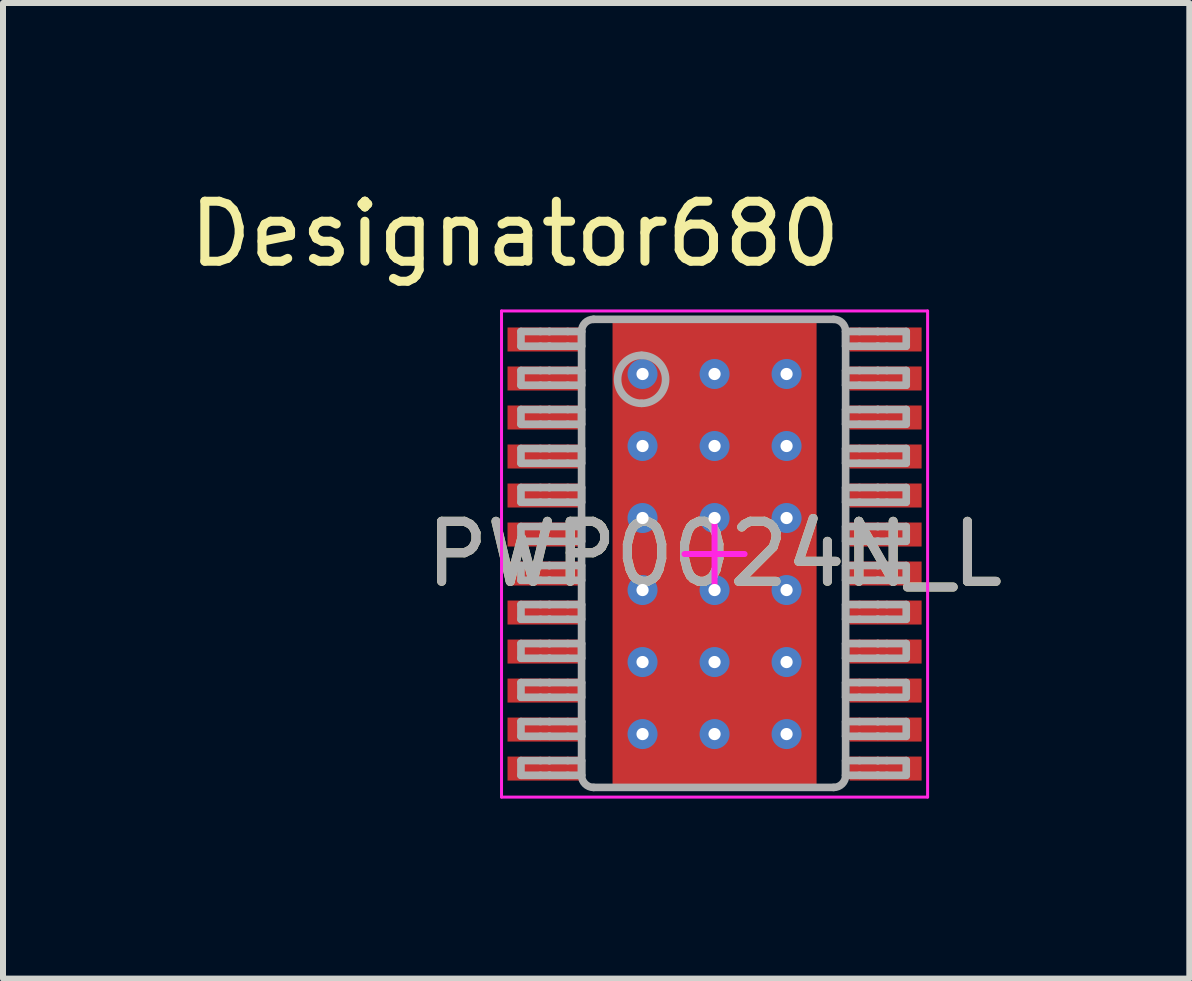
<source format=kicad_pcb>
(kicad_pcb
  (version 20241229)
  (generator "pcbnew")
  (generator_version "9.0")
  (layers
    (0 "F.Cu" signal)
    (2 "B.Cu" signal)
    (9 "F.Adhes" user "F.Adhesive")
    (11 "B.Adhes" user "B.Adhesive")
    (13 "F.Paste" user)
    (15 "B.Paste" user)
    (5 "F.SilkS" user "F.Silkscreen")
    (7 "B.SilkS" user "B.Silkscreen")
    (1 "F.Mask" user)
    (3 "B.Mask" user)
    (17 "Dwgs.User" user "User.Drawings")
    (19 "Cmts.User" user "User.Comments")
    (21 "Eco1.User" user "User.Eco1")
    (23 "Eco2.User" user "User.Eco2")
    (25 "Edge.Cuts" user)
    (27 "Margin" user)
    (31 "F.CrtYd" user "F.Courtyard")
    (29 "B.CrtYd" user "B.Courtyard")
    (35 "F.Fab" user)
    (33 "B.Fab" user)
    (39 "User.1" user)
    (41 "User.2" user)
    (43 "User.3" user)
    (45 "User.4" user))
  (footprint "PWP0024N_L"
    (layer "F.Cu")
    (at 8.857 6.182)
    (property "Reference" "PWP0024N_L" (at 0 0 0) (unlocked yes) (layer "F.SilkS") (effects (font (size 1 1) (thickness 0.15))))
    (attr smd)
    (fp_poly (pts (xy -1.48 1.96) (xy -1.48 -1.96) (xy -1.43 -2.01) (xy 1.43 -2.01) (xy 1.48 -1.96) (xy 1.48 1.96) (xy 1.43 2.01) (xy -1.43 2.01)) (stroke (width 0) (type solid)) (fill yes) (layer "F.Mask"))
    (fp_poly (pts (xy -1.48 1.96) (xy -1.48 -1.96) (xy -1.43 -2.01) (xy 1.43 -2.01) (xy 1.48 -1.96) (xy 1.48 1.96) (xy 1.43 2.01) (xy -1.43 2.01)) (stroke (width 0) (type solid)) (fill yes) (layer "F.Paste"))
    (fp_line (start -3.55 -4.05) (end 3.55 -4.05) (stroke (width 0.05) (type solid)) (layer "F.CrtYd"))
    (fp_line (start -3.55 4.05) (end -3.55 -4.05) (stroke (width 0.05) (type solid)) (layer "F.CrtYd"))
    (fp_line (start -3.55 4.05) (end 3.55 4.05) (stroke (width 0.05) (type solid)) (layer "F.CrtYd"))
    (fp_line (start -0.5 0) (end 0.5 0) (stroke (width 0.1) (type solid)) (layer "F.CrtYd"))
    (fp_line (start 0 0.5) (end 0 -0.5) (stroke (width 0.1) (type solid)) (layer "F.CrtYd"))
    (fp_line (start 3.55 4.05) (end 3.55 -4.05) (stroke (width 0.05) (type solid)) (layer "F.CrtYd"))
    (fp_line (start -3.226 -3.708) (end -2.902 -3.708) (stroke (width 0.127) (type solid)) (layer "F.Fab"))
    (fp_line (start -3.226 -3.463) (end -3.226 -3.708) (stroke (width 0.127) (type solid)) (layer "F.Fab"))
    (fp_line (start -3.226 -3.463) (end -2.902 -3.463) (stroke (width 0.127) (type solid)) (layer "F.Fab"))
    (fp_line (start -3.226 -3.058) (end -2.902 -3.058) (stroke (width 0.127) (type solid)) (layer "F.Fab"))
    (fp_line (start -3.226 -2.813) (end -3.226 -3.058) (stroke (width 0.127) (type solid)) (layer "F.Fab"))
    (fp_line (start -3.226 -2.813) (end -2.902 -2.813) (stroke (width 0.127) (type solid)) (layer "F.Fab"))
    (fp_line (start -3.226 -2.408) (end -2.902 -2.408) (stroke (width 0.127) (type solid)) (layer "F.Fab"))
    (fp_line (start -3.226 -2.163) (end -3.226 -2.408) (stroke (width 0.127) (type solid)) (layer "F.Fab"))
    (fp_line (start -3.226 -2.163) (end -2.902 -2.163) (stroke (width 0.127) (type solid)) (layer "F.Fab"))
    (fp_line (start -3.226 -1.758) (end -2.902 -1.758) (stroke (width 0.127) (type solid)) (layer "F.Fab"))
    (fp_line (start -3.226 -1.513) (end -3.226 -1.758) (stroke (width 0.127) (type solid)) (layer "F.Fab"))
    (fp_line (start -3.226 -1.513) (end -2.902 -1.513) (stroke (width 0.127) (type solid)) (layer "F.Fab"))
    (fp_line (start -3.226 -1.108) (end -2.902 -1.108) (stroke (width 0.127) (type solid)) (layer "F.Fab"))
    (fp_line (start -3.226 -0.863) (end -3.226 -1.108) (stroke (width 0.127) (type solid)) (layer "F.Fab"))
    (fp_line (start -3.226 -0.863) (end -2.902 -0.863) (stroke (width 0.127) (type solid)) (layer "F.Fab"))
    (fp_line (start -3.226 -0.458) (end -2.902 -0.458) (stroke (width 0.127) (type solid)) (layer "F.Fab"))
    (fp_line (start -3.226 -0.213) (end -3.226 -0.458) (stroke (width 0.127) (type solid)) (layer "F.Fab"))
    (fp_line (start -3.226 -0.213) (end -2.902 -0.213) (stroke (width 0.127) (type solid)) (layer "F.Fab"))
    (fp_line (start -3.226 0.192) (end -2.902 0.192) (stroke (width 0.127) (type solid)) (layer "F.Fab"))
    (fp_line (start -3.226 0.437) (end -3.226 0.192) (stroke (width 0.127) (type solid)) (layer "F.Fab"))
    (fp_line (start -3.226 0.437) (end -2.902 0.437) (stroke (width 0.127) (type solid)) (layer "F.Fab"))
    (fp_line (start -3.226 0.842) (end -2.902 0.842) (stroke (width 0.127) (type solid)) (layer "F.Fab"))
    (fp_line (start -3.226 1.087) (end -3.226 0.842) (stroke (width 0.127) (type solid)) (layer "F.Fab"))
    (fp_line (start -3.226 1.087) (end -2.902 1.087) (stroke (width 0.127) (type solid)) (layer "F.Fab"))
    (fp_line (start -3.226 1.492) (end -2.902 1.492) (stroke (width 0.127) (type solid)) (layer "F.Fab"))
    (fp_line (start -3.226 1.737) (end -3.226 1.492) (stroke (width 0.127) (type solid)) (layer "F.Fab"))
    (fp_line (start -3.226 1.737) (end -2.902 1.737) (stroke (width 0.127) (type solid)) (layer "F.Fab"))
    (fp_line (start -3.226 2.142) (end -2.902 2.142) (stroke (width 0.127) (type solid)) (layer "F.Fab"))
    (fp_line (start -3.226 2.387) (end -3.226 2.142) (stroke (width 0.127) (type solid)) (layer "F.Fab"))
    (fp_line (start -3.226 2.387) (end -2.902 2.387) (stroke (width 0.127) (type solid)) (layer "F.Fab"))
    (fp_line (start -3.226 2.792) (end -2.902 2.792) (stroke (width 0.127) (type solid)) (layer "F.Fab"))
    (fp_line (start -3.226 3.037) (end -3.226 2.792) (stroke (width 0.127) (type solid)) (layer "F.Fab"))
    (fp_line (start -3.226 3.037) (end -2.902 3.037) (stroke (width 0.127) (type solid)) (layer "F.Fab"))
    (fp_line (start -3.226 3.442) (end -2.902 3.442) (stroke (width 0.127) (type solid)) (layer "F.Fab"))
    (fp_line (start -3.226 3.687) (end -3.226 3.442) (stroke (width 0.127) (type solid)) (layer "F.Fab"))
    (fp_line (start -3.226 3.687) (end -2.902 3.687) (stroke (width 0.127) (type solid)) (layer "F.Fab"))
    (fp_line (start -2.902 -3.708) (end -2.755 -3.708) (stroke (width 0.127) (type solid)) (layer "F.Fab"))
    (fp_line (start -2.902 -3.463) (end -2.755 -3.463) (stroke (width 0.127) (type solid)) (layer "F.Fab"))
    (fp_line (start -2.902 -3.058) (end -2.755 -3.058) (stroke (width 0.127) (type solid)) (layer "F.Fab"))
    (fp_line (start -2.902 -2.813) (end -2.755 -2.813) (stroke (width 0.127) (type solid)) (layer "F.Fab"))
    (fp_line (start -2.902 -2.408) (end -2.755 -2.408) (stroke (width 0.127) (type solid)) (layer "F.Fab"))
    (fp_line (start -2.902 -2.163) (end -2.755 -2.163) (stroke (width 0.127) (type solid)) (layer "F.Fab"))
    (fp_line (start -2.902 -1.758) (end -2.755 -1.758) (stroke (width 0.127) (type solid)) (layer "F.Fab"))
    (fp_line (start -2.902 -1.513) (end -2.755 -1.513) (stroke (width 0.127) (type solid)) (layer "F.Fab"))
    (fp_line (start -2.902 -1.108) (end -2.755 -1.108) (stroke (width 0.127) (type solid)) (layer "F.Fab"))
    (fp_line (start -2.902 -0.863) (end -2.755 -0.863) (stroke (width 0.127) (type solid)) (layer "F.Fab"))
    (fp_line (start -2.902 -0.458) (end -2.755 -0.458) (stroke (width 0.127) (type solid)) (layer "F.Fab"))
    (fp_line (start -2.902 -0.213) (end -2.755 -0.213) (stroke (width 0.127) (type solid)) (layer "F.Fab"))
    (fp_line (start -2.902 0.192) (end -2.755 0.192) (stroke (width 0.127) (type solid)) (layer "F.Fab"))
    (fp_line (start -2.902 0.437) (end -2.755 0.437) (stroke (width 0.127) (type solid)) (layer "F.Fab"))
    (fp_line (start -2.902 0.842) (end -2.755 0.842) (stroke (width 0.127) (type solid)) (layer "F.Fab"))
    (fp_line (start -2.902 1.087) (end -2.755 1.087) (stroke (width 0.127) (type solid)) (layer "F.Fab"))
    (fp_line (start -2.902 1.492) (end -2.755 1.492) (stroke (width 0.127) (type solid)) (layer "F.Fab"))
    (fp_line (start -2.902 1.737) (end -2.755 1.737) (stroke (width 0.127) (type solid)) (layer "F.Fab"))
    (fp_line (start -2.902 2.142) (end -2.755 2.142) (stroke (width 0.127) (type solid)) (layer "F.Fab"))
    (fp_line (start -2.902 2.387) (end -2.755 2.387) (stroke (width 0.127) (type solid)) (layer "F.Fab"))
    (fp_line (start -2.902 2.792) (end -2.755 2.792) (stroke (width 0.127) (type solid)) (layer "F.Fab"))
    (fp_line (start -2.902 3.037) (end -2.755 3.037) (stroke (width 0.127) (type solid)) (layer "F.Fab"))
    (fp_line (start -2.902 3.442) (end -2.755 3.442) (stroke (width 0.127) (type solid)) (layer "F.Fab"))
    (fp_line (start -2.902 3.687) (end -2.755 3.687) (stroke (width 0.127) (type solid)) (layer "F.Fab"))
    (fp_line (start -2.755 -3.708) (end -2.749 -3.708) (stroke (width 0.127) (type solid)) (layer "F.Fab"))
    (fp_line (start -2.755 -3.463) (end -2.749 -3.463) (stroke (width 0.127) (type solid)) (layer "F.Fab"))
    (fp_line (start -2.755 -3.058) (end -2.749 -3.058) (stroke (width 0.127) (type solid)) (layer "F.Fab"))
    (fp_line (start -2.755 -2.813) (end -2.749 -2.813) (stroke (width 0.127) (type solid)) (layer "F.Fab"))
    (fp_line (start -2.755 -2.408) (end -2.749 -2.408) (stroke (width 0.127) (type solid)) (layer "F.Fab"))
    (fp_line (start -2.755 -2.163) (end -2.749 -2.163) (stroke (width 0.127) (type solid)) (layer "F.Fab"))
    (fp_line (start -2.755 -1.758) (end -2.749 -1.758) (stroke (width 0.127) (type solid)) (layer "F.Fab"))
    (fp_line (start -2.755 -1.513) (end -2.749 -1.513) (stroke (width 0.127) (type solid)) (layer "F.Fab"))
    (fp_line (start -2.755 -1.108) (end -2.749 -1.108) (stroke (width 0.127) (type solid)) (layer "F.Fab"))
    (fp_line (start -2.755 -0.863) (end -2.749 -0.863) (stroke (width 0.127) (type solid)) (layer "F.Fab"))
    (fp_line (start -2.755 -0.458) (end -2.749 -0.458) (stroke (width 0.127) (type solid)) (layer "F.Fab"))
    (fp_line (start -2.755 -0.213) (end -2.749 -0.213) (stroke (width 0.127) (type solid)) (layer "F.Fab"))
    (fp_line (start -2.755 0.192) (end -2.749 0.192) (stroke (width 0.127) (type solid)) (layer "F.Fab"))
    (fp_line (start -2.755 0.437) (end -2.749 0.437) (stroke (width 0.127) (type solid)) (layer "F.Fab"))
    (fp_line (start -2.755 0.842) (end -2.749 0.842) (stroke (width 0.127) (type solid)) (layer "F.Fab"))
    (fp_line (start -2.755 1.087) (end -2.749 1.087) (stroke (width 0.127) (type solid)) (layer "F.Fab"))
    (fp_line (start -2.755 1.492) (end -2.749 1.492) (stroke (width 0.127) (type solid)) (layer "F.Fab"))
    (fp_line (start -2.755 1.737) (end -2.749 1.737) (stroke (width 0.127) (type solid)) (layer "F.Fab"))
    (fp_line (start -2.755 2.142) (end -2.749 2.142) (stroke (width 0.127) (type solid)) (layer "F.Fab"))
    (fp_line (start -2.755 2.387) (end -2.749 2.387) (stroke (width 0.127) (type solid)) (layer "F.Fab"))
    (fp_line (start -2.755 2.792) (end -2.749 2.792) (stroke (width 0.127) (type solid)) (layer "F.Fab"))
    (fp_line (start -2.755 3.037) (end -2.749 3.037) (stroke (width 0.127) (type solid)) (layer "F.Fab"))
    (fp_line (start -2.755 3.442) (end -2.749 3.442) (stroke (width 0.127) (type solid)) (layer "F.Fab"))
    (fp_line (start -2.755 3.687) (end -2.749 3.687) (stroke (width 0.127) (type solid)) (layer "F.Fab"))
    (fp_line (start -2.749 -3.708) (end -2.446 -3.708) (stroke (width 0.127) (type solid)) (layer "F.Fab"))
    (fp_line (start -2.749 -3.463) (end -2.446 -3.463) (stroke (width 0.127) (type solid)) (layer "F.Fab"))
    (fp_line (start -2.749 -3.058) (end -2.446 -3.058) (stroke (width 0.127) (type solid)) (layer "F.Fab"))
    (fp_line (start -2.749 -2.813) (end -2.446 -2.813) (stroke (width 0.127) (type solid)) (layer "F.Fab"))
    (fp_line (start -2.749 -2.408) (end -2.446 -2.408) (stroke (width 0.127) (type solid)) (layer "F.Fab"))
    (fp_line (start -2.749 -2.163) (end -2.446 -2.163) (stroke (width 0.127) (type solid)) (layer "F.Fab"))
    (fp_line (start -2.749 -1.758) (end -2.446 -1.758) (stroke (width 0.127) (type solid)) (layer "F.Fab"))
    (fp_line (start -2.749 -1.513) (end -2.446 -1.513) (stroke (width 0.127) (type solid)) (layer "F.Fab"))
    (fp_line (start -2.749 -1.108) (end -2.446 -1.108) (stroke (width 0.127) (type solid)) (layer "F.Fab"))
    (fp_line (start -2.749 -0.863) (end -2.446 -0.863) (stroke (width 0.127) (type solid)) (layer "F.Fab"))
    (fp_line (start -2.749 -0.458) (end -2.446 -0.458) (stroke (width 0.127) (type solid)) (layer "F.Fab"))
    (fp_line (start -2.749 -0.213) (end -2.446 -0.213) (stroke (width 0.127) (type solid)) (layer "F.Fab"))
    (fp_line (start -2.749 0.192) (end -2.446 0.192) (stroke (width 0.127) (type solid)) (layer "F.Fab"))
    (fp_line (start -2.749 0.437) (end -2.446 0.437) (stroke (width 0.127) (type solid)) (layer "F.Fab"))
    (fp_line (start -2.749 0.842) (end -2.446 0.842) (stroke (width 0.127) (type solid)) (layer "F.Fab"))
    (fp_line (start -2.749 1.087) (end -2.446 1.087) (stroke (width 0.127) (type solid)) (layer "F.Fab"))
    (fp_line (start -2.749 1.492) (end -2.446 1.492) (stroke (width 0.127) (type solid)) (layer "F.Fab"))
    (fp_line (start -2.749 1.737) (end -2.446 1.737) (stroke (width 0.127) (type solid)) (layer "F.Fab"))
    (fp_line (start -2.749 2.142) (end -2.446 2.142) (stroke (width 0.127) (type solid)) (layer "F.Fab"))
    (fp_line (start -2.749 2.387) (end -2.446 2.387) (stroke (width 0.127) (type solid)) (layer "F.Fab"))
    (fp_line (start -2.749 2.792) (end -2.446 2.792) (stroke (width 0.127) (type solid)) (layer "F.Fab"))
    (fp_line (start -2.749 3.037) (end -2.446 3.037) (stroke (width 0.127) (type solid)) (layer "F.Fab"))
    (fp_line (start -2.749 3.442) (end -2.446 3.442) (stroke (width 0.127) (type solid)) (layer "F.Fab"))
    (fp_line (start -2.749 3.687) (end -2.446 3.687) (stroke (width 0.127) (type solid)) (layer "F.Fab"))
    (fp_line (start -2.446 -3.708) (end -2.216 -3.708) (stroke (width 0.127) (type solid)) (layer "F.Fab"))
    (fp_line (start -2.446 -3.463) (end -2.216 -3.463) (stroke (width 0.127) (type solid)) (layer "F.Fab"))
    (fp_line (start -2.446 -3.058) (end -2.216 -3.058) (stroke (width 0.127) (type solid)) (layer "F.Fab"))
    (fp_line (start -2.446 -2.813) (end -2.216 -2.813) (stroke (width 0.127) (type solid)) (layer "F.Fab"))
    (fp_line (start -2.446 -2.408) (end -2.216 -2.408) (stroke (width 0.127) (type solid)) (layer "F.Fab"))
    (fp_line (start -2.446 -2.163) (end -2.216 -2.163) (stroke (width 0.127) (type solid)) (layer "F.Fab"))
    (fp_line (start -2.446 -1.758) (end -2.216 -1.758) (stroke (width 0.127) (type solid)) (layer "F.Fab"))
    (fp_line (start -2.446 -1.513) (end -2.216 -1.513) (stroke (width 0.127) (type solid)) (layer "F.Fab"))
    (fp_line (start -2.446 -1.108) (end -2.216 -1.108) (stroke (width 0.127) (type solid)) (layer "F.Fab"))
    (fp_line (start -2.446 -0.863) (end -2.216 -0.863) (stroke (width 0.127) (type solid)) (layer "F.Fab"))
    (fp_line (start -2.446 -0.458) (end -2.216 -0.458) (stroke (width 0.127) (type solid)) (layer "F.Fab"))
    (fp_line (start -2.446 -0.213) (end -2.216 -0.213) (stroke (width 0.127) (type solid)) (layer "F.Fab"))
    (fp_line (start -2.446 0.192) (end -2.216 0.192) (stroke (width 0.127) (type solid)) (layer "F.Fab"))
    (fp_line (start -2.446 0.437) (end -2.216 0.437) (stroke (width 0.127) (type solid)) (layer "F.Fab"))
    (fp_line (start -2.446 0.842) (end -2.216 0.842) (stroke (width 0.127) (type solid)) (layer "F.Fab"))
    (fp_line (start -2.446 1.087) (end -2.216 1.087) (stroke (width 0.127) (type solid)) (layer "F.Fab"))
    (fp_line (start -2.446 1.492) (end -2.216 1.492) (stroke (width 0.127) (type solid)) (layer "F.Fab"))
    (fp_line (start -2.446 1.737) (end -2.216 1.737) (stroke (width 0.127) (type solid)) (layer "F.Fab"))
    (fp_line (start -2.446 2.142) (end -2.216 2.142) (stroke (width 0.127) (type solid)) (layer "F.Fab"))
    (fp_line (start -2.446 2.387) (end -2.216 2.387) (stroke (width 0.127) (type solid)) (layer "F.Fab"))
    (fp_line (start -2.446 2.792) (end -2.216 2.792) (stroke (width 0.127) (type solid)) (layer "F.Fab"))
    (fp_line (start -2.446 3.037) (end -2.216 3.037) (stroke (width 0.127) (type solid)) (layer "F.Fab"))
    (fp_line (start -2.446 3.442) (end -2.216 3.442) (stroke (width 0.127) (type solid)) (layer "F.Fab"))
    (fp_line (start -2.446 3.687) (end -2.216 3.687) (stroke (width 0.127) (type solid)) (layer "F.Fab"))
    (fp_line (start -2.216 -3.463) (end -2.216 -3.708) (stroke (width 0.127) (type solid)) (layer "F.Fab"))
    (fp_line (start -2.216 -2.813) (end -2.216 -3.058) (stroke (width 0.127) (type solid)) (layer "F.Fab"))
    (fp_line (start -2.216 -2.163) (end -2.216 -2.408) (stroke (width 0.127) (type solid)) (layer "F.Fab"))
    (fp_line (start -2.216 -1.513) (end -2.216 -1.758) (stroke (width 0.127) (type solid)) (layer "F.Fab"))
    (fp_line (start -2.216 -0.863) (end -2.216 -1.108) (stroke (width 0.127) (type solid)) (layer "F.Fab"))
    (fp_line (start -2.216 -0.213) (end -2.216 -0.458) (stroke (width 0.127) (type solid)) (layer "F.Fab"))
    (fp_line (start -2.216 0.437) (end -2.216 0.192) (stroke (width 0.127) (type solid)) (layer "F.Fab"))
    (fp_line (start -2.216 1.087) (end -2.216 0.842) (stroke (width 0.127) (type solid)) (layer "F.Fab"))
    (fp_line (start -2.216 1.737) (end -2.216 1.492) (stroke (width 0.127) (type solid)) (layer "F.Fab"))
    (fp_line (start -2.216 2.387) (end -2.216 2.142) (stroke (width 0.127) (type solid)) (layer "F.Fab"))
    (fp_line (start -2.216 3.037) (end -2.216 2.792) (stroke (width 0.127) (type solid)) (layer "F.Fab"))
    (fp_line (start -2.216 3.687) (end -2.216 3.442) (stroke (width 0.127) (type solid)) (layer "F.Fab"))
    (fp_line (start -2.216 3.689) (end -2.216 -3.711) (stroke (width 0.127) (type solid)) (layer "F.Fab"))
    (fp_line (start -2.016 -3.911) (end 1.984 -3.911) (stroke (width 0.127) (type solid)) (layer "F.Fab"))
    (fp_line (start -2.016 3.889) (end 1.984 3.889) (stroke (width 0.127) (type solid)) (layer "F.Fab"))
    (fp_line (start 2.184 -3.708) (end 2.415 -3.708) (stroke (width 0.127) (type solid)) (layer "F.Fab"))
    (fp_line (start 2.184 -3.463) (end 2.184 -3.708) (stroke (width 0.127) (type solid)) (layer "F.Fab"))
    (fp_line (start 2.184 -3.463) (end 2.415 -3.463) (stroke (width 0.127) (type solid)) (layer "F.Fab"))
    (fp_line (start 2.184 -3.058) (end 2.415 -3.058) (stroke (width 0.127) (type solid)) (layer "F.Fab"))
    (fp_line (start 2.184 -2.813) (end 2.184 -3.058) (stroke (width 0.127) (type solid)) (layer "F.Fab"))
    (fp_line (start 2.184 -2.813) (end 2.415 -2.813) (stroke (width 0.127) (type solid)) (layer "F.Fab"))
    (fp_line (start 2.184 -2.408) (end 2.415 -2.408) (stroke (width 0.127) (type solid)) (layer "F.Fab"))
    (fp_line (start 2.184 -2.163) (end 2.184 -2.408) (stroke (width 0.127) (type solid)) (layer "F.Fab"))
    (fp_line (start 2.184 -2.163) (end 2.415 -2.163) (stroke (width 0.127) (type solid)) (layer "F.Fab"))
    (fp_line (start 2.184 -1.758) (end 2.415 -1.758) (stroke (width 0.127) (type solid)) (layer "F.Fab"))
    (fp_line (start 2.184 -1.513) (end 2.184 -1.758) (stroke (width 0.127) (type solid)) (layer "F.Fab"))
    (fp_line (start 2.184 -1.513) (end 2.415 -1.513) (stroke (width 0.127) (type solid)) (layer "F.Fab"))
    (fp_line (start 2.184 -1.108) (end 2.415 -1.108) (stroke (width 0.127) (type solid)) (layer "F.Fab"))
    (fp_line (start 2.184 -0.863) (end 2.184 -1.108) (stroke (width 0.127) (type solid)) (layer "F.Fab"))
    (fp_line (start 2.184 -0.863) (end 2.415 -0.863) (stroke (width 0.127) (type solid)) (layer "F.Fab"))
    (fp_line (start 2.184 -0.458) (end 2.415 -0.458) (stroke (width 0.127) (type solid)) (layer "F.Fab"))
    (fp_line (start 2.184 -0.213) (end 2.184 -0.458) (stroke (width 0.127) (type solid)) (layer "F.Fab"))
    (fp_line (start 2.184 -0.213) (end 2.415 -0.213) (stroke (width 0.127) (type solid)) (layer "F.Fab"))
    (fp_line (start 2.184 0.192) (end 2.415 0.192) (stroke (width 0.127) (type solid)) (layer "F.Fab"))
    (fp_line (start 2.184 0.437) (end 2.184 0.192) (stroke (width 0.127) (type solid)) (layer "F.Fab"))
    (fp_line (start 2.184 0.437) (end 2.415 0.437) (stroke (width 0.127) (type solid)) (layer "F.Fab"))
    (fp_line (start 2.184 0.842) (end 2.415 0.842) (stroke (width 0.127) (type solid)) (layer "F.Fab"))
    (fp_line (start 2.184 1.087) (end 2.184 0.842) (stroke (width 0.127) (type solid)) (layer "F.Fab"))
    (fp_line (start 2.184 1.087) (end 2.415 1.087) (stroke (width 0.127) (type solid)) (layer "F.Fab"))
    (fp_line (start 2.184 1.492) (end 2.415 1.492) (stroke (width 0.127) (type solid)) (layer "F.Fab"))
    (fp_line (start 2.184 1.737) (end 2.184 1.492) (stroke (width 0.127) (type solid)) (layer "F.Fab"))
    (fp_line (start 2.184 1.737) (end 2.415 1.737) (stroke (width 0.127) (type solid)) (layer "F.Fab"))
    (fp_line (start 2.184 2.142) (end 2.415 2.142) (stroke (width 0.127) (type solid)) (layer "F.Fab"))
    (fp_line (start 2.184 2.387) (end 2.184 2.142) (stroke (width 0.127) (type solid)) (layer "F.Fab"))
    (fp_line (start 2.184 2.387) (end 2.415 2.387) (stroke (width 0.127) (type solid)) (layer "F.Fab"))
    (fp_line (start 2.184 2.792) (end 2.415 2.792) (stroke (width 0.127) (type solid)) (layer "F.Fab"))
    (fp_line (start 2.184 3.037) (end 2.184 2.792) (stroke (width 0.127) (type solid)) (layer "F.Fab"))
    (fp_line (start 2.184 3.037) (end 2.415 3.037) (stroke (width 0.127) (type solid)) (layer "F.Fab"))
    (fp_line (start 2.184 3.442) (end 2.415 3.442) (stroke (width 0.127) (type solid)) (layer "F.Fab"))
    (fp_line (start 2.184 3.687) (end 2.184 3.442) (stroke (width 0.127) (type solid)) (layer "F.Fab"))
    (fp_line (start 2.184 3.687) (end 2.415 3.687) (stroke (width 0.127) (type solid)) (layer "F.Fab"))
    (fp_line (start 2.184 3.689) (end 2.184 -3.711) (stroke (width 0.127) (type solid)) (layer "F.Fab"))
    (fp_line (start 2.415 -3.708) (end 2.718 -3.708) (stroke (width 0.127) (type solid)) (layer "F.Fab"))
    (fp_line (start 2.415 -3.463) (end 2.718 -3.463) (stroke (width 0.127) (type solid)) (layer "F.Fab"))
    (fp_line (start 2.415 -3.058) (end 2.718 -3.058) (stroke (width 0.127) (type solid)) (layer "F.Fab"))
    (fp_line (start 2.415 -2.813) (end 2.718 -2.813) (stroke (width 0.127) (type solid)) (layer "F.Fab"))
    (fp_line (start 2.415 -2.408) (end 2.718 -2.408) (stroke (width 0.127) (type solid)) (layer "F.Fab"))
    (fp_line (start 2.415 -2.163) (end 2.718 -2.163) (stroke (width 0.127) (type solid)) (layer "F.Fab"))
    (fp_line (start 2.415 -1.758) (end 2.718 -1.758) (stroke (width 0.127) (type solid)) (layer "F.Fab"))
    (fp_line (start 2.415 -1.513) (end 2.718 -1.513) (stroke (width 0.127) (type solid)) (layer "F.Fab"))
    (fp_line (start 2.415 -1.108) (end 2.718 -1.108) (stroke (width 0.127) (type solid)) (layer "F.Fab"))
    (fp_line (start 2.415 -0.863) (end 2.718 -0.863) (stroke (width 0.127) (type solid)) (layer "F.Fab"))
    (fp_line (start 2.415 -0.458) (end 2.718 -0.458) (stroke (width 0.127) (type solid)) (layer "F.Fab"))
    (fp_line (start 2.415 -0.213) (end 2.718 -0.213) (stroke (width 0.127) (type solid)) (layer "F.Fab"))
    (fp_line (start 2.415 0.192) (end 2.718 0.192) (stroke (width 0.127) (type solid)) (layer "F.Fab"))
    (fp_line (start 2.415 0.437) (end 2.718 0.437) (stroke (width 0.127) (type solid)) (layer "F.Fab"))
    (fp_line (start 2.415 0.842) (end 2.718 0.842) (stroke (width 0.127) (type solid)) (layer "F.Fab"))
    (fp_line (start 2.415 1.087) (end 2.718 1.087) (stroke (width 0.127) (type solid)) (layer "F.Fab"))
    (fp_line (start 2.415 1.492) (end 2.718 1.492) (stroke (width 0.127) (type solid)) (layer "F.Fab"))
    (fp_line (start 2.415 1.737) (end 2.718 1.737) (stroke (width 0.127) (type solid)) (layer "F.Fab"))
    (fp_line (start 2.415 2.142) (end 2.718 2.142) (stroke (width 0.127) (type solid)) (layer "F.Fab"))
    (fp_line (start 2.415 2.387) (end 2.718 2.387) (stroke (width 0.127) (type solid)) (layer "F.Fab"))
    (fp_line (start 2.415 2.792) (end 2.718 2.792) (stroke (width 0.127) (type solid)) (layer "F.Fab"))
    (fp_line (start 2.415 3.037) (end 2.718 3.037) (stroke (width 0.127) (type solid)) (layer "F.Fab"))
    (fp_line (start 2.415 3.442) (end 2.718 3.442) (stroke (width 0.127) (type solid)) (layer "F.Fab"))
    (fp_line (start 2.415 3.687) (end 2.718 3.687) (stroke (width 0.127) (type solid)) (layer "F.Fab"))
    (fp_line (start 2.718 -3.708) (end 2.723 -3.708) (stroke (width 0.127) (type solid)) (layer "F.Fab"))
    (fp_line (start 2.718 -3.463) (end 2.723 -3.463) (stroke (width 0.127) (type solid)) (layer "F.Fab"))
    (fp_line (start 2.718 -3.058) (end 2.723 -3.058) (stroke (width 0.127) (type solid)) (layer "F.Fab"))
    (fp_line (start 2.718 -2.813) (end 2.723 -2.813) (stroke (width 0.127) (type solid)) (layer "F.Fab"))
    (fp_line (start 2.718 -2.408) (end 2.723 -2.408) (stroke (width 0.127) (type solid)) (layer "F.Fab"))
    (fp_line (start 2.718 -2.163) (end 2.723 -2.163) (stroke (width 0.127) (type solid)) (layer "F.Fab"))
    (fp_line (start 2.718 -1.758) (end 2.723 -1.758) (stroke (width 0.127) (type solid)) (layer "F.Fab"))
    (fp_line (start 2.718 -1.513) (end 2.723 -1.513) (stroke (width 0.127) (type solid)) (layer "F.Fab"))
    (fp_line (start 2.718 -1.108) (end 2.723 -1.108) (stroke (width 0.127) (type solid)) (layer "F.Fab"))
    (fp_line (start 2.718 -0.863) (end 2.723 -0.863) (stroke (width 0.127) (type solid)) (layer "F.Fab"))
    (fp_line (start 2.718 -0.458) (end 2.723 -0.458) (stroke (width 0.127) (type solid)) (layer "F.Fab"))
    (fp_line (start 2.718 -0.213) (end 2.723 -0.213) (stroke (width 0.127) (type solid)) (layer "F.Fab"))
    (fp_line (start 2.718 0.192) (end 2.723 0.192) (stroke (width 0.127) (type solid)) (layer "F.Fab"))
    (fp_line (start 2.718 0.437) (end 2.723 0.437) (stroke (width 0.127) (type solid)) (layer "F.Fab"))
    (fp_line (start 2.718 0.842) (end 2.723 0.842) (stroke (width 0.127) (type solid)) (layer "F.Fab"))
    (fp_line (start 2.718 1.087) (end 2.723 1.087) (stroke (width 0.127) (type solid)) (layer "F.Fab"))
    (fp_line (start 2.718 1.492) (end 2.723 1.492) (stroke (width 0.127) (type solid)) (layer "F.Fab"))
    (fp_line (start 2.718 1.737) (end 2.723 1.737) (stroke (width 0.127) (type solid)) (layer "F.Fab"))
    (fp_line (start 2.718 2.142) (end 2.723 2.142) (stroke (width 0.127) (type solid)) (layer "F.Fab"))
    (fp_line (start 2.718 2.387) (end 2.723 2.387) (stroke (width 0.127) (type solid)) (layer "F.Fab"))
    (fp_line (start 2.718 2.792) (end 2.723 2.792) (stroke (width 0.127) (type solid)) (layer "F.Fab"))
    (fp_line (start 2.718 3.037) (end 2.723 3.037) (stroke (width 0.127) (type solid)) (layer "F.Fab"))
    (fp_line (start 2.718 3.442) (end 2.723 3.442) (stroke (width 0.127) (type solid)) (layer "F.Fab"))
    (fp_line (start 2.718 3.687) (end 2.723 3.687) (stroke (width 0.127) (type solid)) (layer "F.Fab"))
    (fp_line (start 2.723 -3.708) (end 2.871 -3.708) (stroke (width 0.127) (type solid)) (layer "F.Fab"))
    (fp_line (start 2.723 -3.463) (end 2.871 -3.463) (stroke (width 0.127) (type solid)) (layer "F.Fab"))
    (fp_line (start 2.723 -3.058) (end 2.871 -3.058) (stroke (width 0.127) (type solid)) (layer "F.Fab"))
    (fp_line (start 2.723 -2.813) (end 2.871 -2.813) (stroke (width 0.127) (type solid)) (layer "F.Fab"))
    (fp_line (start 2.723 -2.408) (end 2.871 -2.408) (stroke (width 0.127) (type solid)) (layer "F.Fab"))
    (fp_line (start 2.723 -2.163) (end 2.871 -2.163) (stroke (width 0.127) (type solid)) (layer "F.Fab"))
    (fp_line (start 2.723 -1.758) (end 2.871 -1.758) (stroke (width 0.127) (type solid)) (layer "F.Fab"))
    (fp_line (start 2.723 -1.513) (end 2.871 -1.513) (stroke (width 0.127) (type solid)) (layer "F.Fab"))
    (fp_line (start 2.723 -1.108) (end 2.871 -1.108) (stroke (width 0.127) (type solid)) (layer "F.Fab"))
    (fp_line (start 2.723 -0.863) (end 2.871 -0.863) (stroke (width 0.127) (type solid)) (layer "F.Fab"))
    (fp_line (start 2.723 -0.458) (end 2.871 -0.458) (stroke (width 0.127) (type solid)) (layer "F.Fab"))
    (fp_line (start 2.723 -0.213) (end 2.871 -0.213) (stroke (width 0.127) (type solid)) (layer "F.Fab"))
    (fp_line (start 2.723 0.192) (end 2.871 0.192) (stroke (width 0.127) (type solid)) (layer "F.Fab"))
    (fp_line (start 2.723 0.437) (end 2.871 0.437) (stroke (width 0.127) (type solid)) (layer "F.Fab"))
    (fp_line (start 2.723 0.842) (end 2.871 0.842) (stroke (width 0.127) (type solid)) (layer "F.Fab"))
    (fp_line (start 2.723 1.087) (end 2.871 1.087) (stroke (width 0.127) (type solid)) (layer "F.Fab"))
    (fp_line (start 2.723 1.492) (end 2.871 1.492) (stroke (width 0.127) (type solid)) (layer "F.Fab"))
    (fp_line (start 2.723 1.737) (end 2.871 1.737) (stroke (width 0.127) (type solid)) (layer "F.Fab"))
    (fp_line (start 2.723 2.142) (end 2.871 2.142) (stroke (width 0.127) (type solid)) (layer "F.Fab"))
    (fp_line (start 2.723 2.387) (end 2.871 2.387) (stroke (width 0.127) (type solid)) (layer "F.Fab"))
    (fp_line (start 2.723 2.792) (end 2.871 2.792) (stroke (width 0.127) (type solid)) (layer "F.Fab"))
    (fp_line (start 2.723 3.037) (end 2.871 3.037) (stroke (width 0.127) (type solid)) (layer "F.Fab"))
    (fp_line (start 2.723 3.442) (end 2.871 3.442) (stroke (width 0.127) (type solid)) (layer "F.Fab"))
    (fp_line (start 2.723 3.687) (end 2.871 3.687) (stroke (width 0.127) (type solid)) (layer "F.Fab"))
    (fp_line (start 2.871 -3.708) (end 3.194 -3.708) (stroke (width 0.127) (type solid)) (layer "F.Fab"))
    (fp_line (start 2.871 -3.463) (end 3.194 -3.463) (stroke (width 0.127) (type solid)) (layer "F.Fab"))
    (fp_line (start 2.871 -3.058) (end 3.194 -3.058) (stroke (width 0.127) (type solid)) (layer "F.Fab"))
    (fp_line (start 2.871 -2.813) (end 3.194 -2.813) (stroke (width 0.127) (type solid)) (layer "F.Fab"))
    (fp_line (start 2.871 -2.408) (end 3.194 -2.408) (stroke (width 0.127) (type solid)) (layer "F.Fab"))
    (fp_line (start 2.871 -2.163) (end 3.194 -2.163) (stroke (width 0.127) (type solid)) (layer "F.Fab"))
    (fp_line (start 2.871 -1.758) (end 3.194 -1.758) (stroke (width 0.127) (type solid)) (layer "F.Fab"))
    (fp_line (start 2.871 -1.513) (end 3.194 -1.513) (stroke (width 0.127) (type solid)) (layer "F.Fab"))
    (fp_line (start 2.871 -1.108) (end 3.194 -1.108) (stroke (width 0.127) (type solid)) (layer "F.Fab"))
    (fp_line (start 2.871 -0.863) (end 3.194 -0.863) (stroke (width 0.127) (type solid)) (layer "F.Fab"))
    (fp_line (start 2.871 -0.458) (end 3.194 -0.458) (stroke (width 0.127) (type solid)) (layer "F.Fab"))
    (fp_line (start 2.871 -0.213) (end 3.194 -0.213) (stroke (width 0.127) (type solid)) (layer "F.Fab"))
    (fp_line (start 2.871 0.192) (end 3.194 0.192) (stroke (width 0.127) (type solid)) (layer "F.Fab"))
    (fp_line (start 2.871 0.437) (end 3.194 0.437) (stroke (width 0.127) (type solid)) (layer "F.Fab"))
    (fp_line (start 2.871 0.842) (end 3.194 0.842) (stroke (width 0.127) (type solid)) (layer "F.Fab"))
    (fp_line (start 2.871 1.087) (end 3.194 1.087) (stroke (width 0.127) (type solid)) (layer "F.Fab"))
    (fp_line (start 2.871 1.492) (end 3.194 1.492) (stroke (width 0.127) (type solid)) (layer "F.Fab"))
    (fp_line (start 2.871 1.737) (end 3.194 1.737) (stroke (width 0.127) (type solid)) (layer "F.Fab"))
    (fp_line (start 2.871 2.142) (end 3.194 2.142) (stroke (width 0.127) (type solid)) (layer "F.Fab"))
    (fp_line (start 2.871 2.387) (end 3.194 2.387) (stroke (width 0.127) (type solid)) (layer "F.Fab"))
    (fp_line (start 2.871 2.792) (end 3.194 2.792) (stroke (width 0.127) (type solid)) (layer "F.Fab"))
    (fp_line (start 2.871 3.037) (end 3.194 3.037) (stroke (width 0.127) (type solid)) (layer "F.Fab"))
    (fp_line (start 2.871 3.442) (end 3.194 3.442) (stroke (width 0.127) (type solid)) (layer "F.Fab"))
    (fp_line (start 2.871 3.687) (end 3.194 3.687) (stroke (width 0.127) (type solid)) (layer "F.Fab"))
    (fp_line (start 3.194 -3.463) (end 3.194 -3.708) (stroke (width 0.127) (type solid)) (layer "F.Fab"))
    (fp_line (start 3.194 -2.813) (end 3.194 -3.058) (stroke (width 0.127) (type solid)) (layer "F.Fab"))
    (fp_line (start 3.194 -2.163) (end 3.194 -2.408) (stroke (width 0.127) (type solid)) (layer "F.Fab"))
    (fp_line (start 3.194 -1.513) (end 3.194 -1.758) (stroke (width 0.127) (type solid)) (layer "F.Fab"))
    (fp_line (start 3.194 -0.863) (end 3.194 -1.108) (stroke (width 0.127) (type solid)) (layer "F.Fab"))
    (fp_line (start 3.194 -0.213) (end 3.194 -0.458) (stroke (width 0.127) (type solid)) (layer "F.Fab"))
    (fp_line (start 3.194 0.437) (end 3.194 0.192) (stroke (width 0.127) (type solid)) (layer "F.Fab"))
    (fp_line (start 3.194 1.087) (end 3.194 0.842) (stroke (width 0.127) (type solid)) (layer "F.Fab"))
    (fp_line (start 3.194 1.737) (end 3.194 1.492) (stroke (width 0.127) (type solid)) (layer "F.Fab"))
    (fp_line (start 3.194 2.387) (end 3.194 2.142) (stroke (width 0.127) (type solid)) (layer "F.Fab"))
    (fp_line (start 3.194 3.037) (end 3.194 2.792) (stroke (width 0.127) (type solid)) (layer "F.Fab"))
    (fp_line (start 3.194 3.687) (end 3.194 3.442) (stroke (width 0.127) (type solid)) (layer "F.Fab"))
    (fp_arc (start -2.215693 -3.710914) (mid -2.157114 -3.852336) (end -2.015693 -3.910914) (stroke (width 0.127) (type solid)) (layer "F.Fab"))
    (fp_arc (start -2.015693 3.889096) (mid -2.157114 3.830517) (end -2.215693 3.689096) (stroke (width 0.127) (type solid)) (layer "F.Fab"))
    (fp_arc (start -1.215695 -3.310915) (mid -0.815696 -2.910916) (end -1.215695 -2.510917) (stroke (width 0.127) (type solid)) (layer "F.Fab"))
    (fp_arc (start -1.215695 -2.510917) (mid -1.615694 -2.910916) (end -1.215695 -3.310915) (stroke (width 0.127) (type solid)) (layer "F.Fab"))
    (fp_arc (start 1.984299 -3.910914) (mid 2.12572 -3.852336) (end 2.184298 -3.710915) (stroke (width 0.127) (type solid)) (layer "F.Fab"))
    (fp_arc (start 2.184298 3.689096) (mid 2.12572 3.830517) (end 1.984299 3.889096) (stroke (width 0.127) (type solid)) (layer "F.Fab"))
    (fp_text user "Designator680" (at -3.327 -5.334 0) (unlocked yes) (layer "F.SilkS") (effects (font (size 1 1) (thickness 0.15))))
    (fp_text user "${REFERENCE}" (at 0 0 0) (unlocked yes) (layer "F.Fab") (effects (font (size 1 1) (thickness 0.15))))
    (pad "1" smd rect (at -2.85 -3.575 90) (size 0.4 1.2) (layers "F.Cu" "F.Mask" "F.Paste"))
    (pad "2" smd rect (at -2.85 -2.925 90) (size 0.4 1.2) (layers "F.Cu" "F.Mask" "F.Paste"))
    (pad "3" smd rect (at -2.85 -2.275 90) (size 0.4 1.2) (layers "F.Cu" "F.Mask" "F.Paste"))
    (pad "4" smd rect (at -2.85 -1.625 90) (size 0.4 1.2) (layers "F.Cu" "F.Mask" "F.Paste"))
    (pad "5" smd rect (at -2.85 -0.975 90) (size 0.4 1.2) (layers "F.Cu" "F.Mask" "F.Paste"))
    (pad "6" smd rect (at -2.85 -0.325 90) (size 0.4 1.2) (layers "F.Cu" "F.Mask" "F.Paste"))
    (pad "7" smd rect (at -2.85 0.325 90) (size 0.4 1.2) (layers "F.Cu" "F.Mask" "F.Paste"))
    (pad "8" smd rect (at -2.85 0.975 90) (size 0.4 1.2) (layers "F.Cu" "F.Mask" "F.Paste"))
    (pad "9" smd rect (at -2.85 1.625 90) (size 0.4 1.2) (layers "F.Cu" "F.Mask" "F.Paste"))
    (pad "10" smd rect (at -2.85 2.275 90) (size 0.4 1.2) (layers "F.Cu" "F.Mask" "F.Paste"))
    (pad "11" smd rect (at -2.85 2.925 90) (size 0.4 1.2) (layers "F.Cu" "F.Mask" "F.Paste"))
    (pad "12" smd rect (at -2.85 3.575 90) (size 0.4 1.2) (layers "F.Cu" "F.Mask" "F.Paste"))
    (pad "13" smd rect (at 2.85 3.575 90) (size 0.4 1.2) (layers "F.Cu" "F.Mask" "F.Paste"))
    (pad "14" smd rect (at 2.85 2.925 90) (size 0.4 1.2) (layers "F.Cu" "F.Mask" "F.Paste"))
    (pad "15" smd rect (at 2.85 2.275 90) (size 0.4 1.2) (layers "F.Cu" "F.Mask" "F.Paste"))
    (pad "16" smd rect (at 2.85 1.625 90) (size 0.4 1.2) (layers "F.Cu" "F.Mask" "F.Paste"))
    (pad "17" smd rect (at 2.85 0.975 90) (size 0.4 1.2) (layers "F.Cu" "F.Mask" "F.Paste"))
    (pad "18" smd rect (at 2.85 0.325 90) (size 0.4 1.2) (layers "F.Cu" "F.Mask" "F.Paste"))
    (pad "19" smd rect (at 2.85 -0.325 90) (size 0.4 1.2) (layers "F.Cu" "F.Mask" "F.Paste"))
    (pad "20" smd rect (at 2.85 -0.975 90) (size 0.4 1.2) (layers "F.Cu" "F.Mask" "F.Paste"))
    (pad "21" smd rect (at 2.85 -1.625 90) (size 0.4 1.2) (layers "F.Cu" "F.Mask" "F.Paste"))
    (pad "22" smd rect (at 2.85 -2.275 90) (size 0.4 1.2) (layers "F.Cu" "F.Mask" "F.Paste"))
    (pad "23" smd rect (at 2.85 -2.925 90) (size 0.4 1.2) (layers "F.Cu" "F.Mask" "F.Paste"))
    (pad "24" smd rect (at 2.85 -3.575 90) (size 0.4 1.2) (layers "F.Cu" "F.Mask" "F.Paste"))
    (pad "25" smd rect (at 0 0) (size 3.4 7.8) (layers "F.Cu"))
    (pad "V" thru_hole circle (at -1.2 -3) (size 0.5 0.5) (drill 0.203) (layers "*.Cu" "*.Mask"))
    (pad "V" thru_hole circle (at -1.2 -1.8) (size 0.5 0.5) (drill 0.203) (layers "*.Cu" "*.Mask"))
    (pad "V" thru_hole circle (at -1.2 -0.6) (size 0.5 0.5) (drill 0.203) (layers "*.Cu" "*.Mask"))
    (pad "V" thru_hole circle (at -1.2 0.6) (size 0.5 0.5) (drill 0.203) (layers "*.Cu" "*.Mask"))
    (pad "V" thru_hole circle (at -1.2 1.8) (size 0.5 0.5) (drill 0.203) (layers "*.Cu" "*.Mask"))
    (pad "V" thru_hole circle (at -1.2 3) (size 0.5 0.5) (drill 0.203) (layers "*.Cu" "*.Mask"))
    (pad "V" thru_hole circle (at 0 -3) (size 0.5 0.5) (drill 0.203) (layers "*.Cu" "*.Mask"))
    (pad "V" thru_hole circle (at 0 -1.8) (size 0.5 0.5) (drill 0.203) (layers "*.Cu" "*.Mask"))
    (pad "V" thru_hole circle (at 0 -0.6) (size 0.5 0.5) (drill 0.203) (layers "*.Cu" "*.Mask"))
    (pad "V" thru_hole circle (at 0 0.6) (size 0.5 0.5) (drill 0.203) (layers "*.Cu" "*.Mask"))
    (pad "V" thru_hole circle (at 0 1.8) (size 0.5 0.5) (drill 0.203) (layers "*.Cu" "*.Mask"))
    (pad "V" thru_hole circle (at 0 3) (size 0.5 0.5) (drill 0.203) (layers "*.Cu" "*.Mask"))
    (pad "V" thru_hole circle (at 1.2 -3) (size 0.5 0.5) (drill 0.203) (layers "*.Cu" "*.Mask"))
    (pad "V" thru_hole circle (at 1.2 -1.8) (size 0.5 0.5) (drill 0.203) (layers "*.Cu" "*.Mask"))
    (pad "V" thru_hole circle (at 1.2 -0.6) (size 0.5 0.5) (drill 0.203) (layers "*.Cu" "*.Mask"))
    (pad "V" thru_hole circle (at 1.2 0.6) (size 0.5 0.5) (drill 0.203) (layers "*.Cu" "*.Mask"))
    (pad "V" thru_hole circle (at 1.2 1.8) (size 0.5 0.5) (drill 0.203) (layers "*.Cu" "*.Mask"))
    (pad "V" thru_hole circle (at 1.2 3) (size 0.5 0.5) (drill 0.203) (layers "*.Cu" "*.Mask")))
  (gr_rect
    (start -3 -3)
    (end 16.768 13.257)
    (stroke (width 0.1) (type default))
    (fill no)
    (layer "Edge.Cuts")))
</source>
